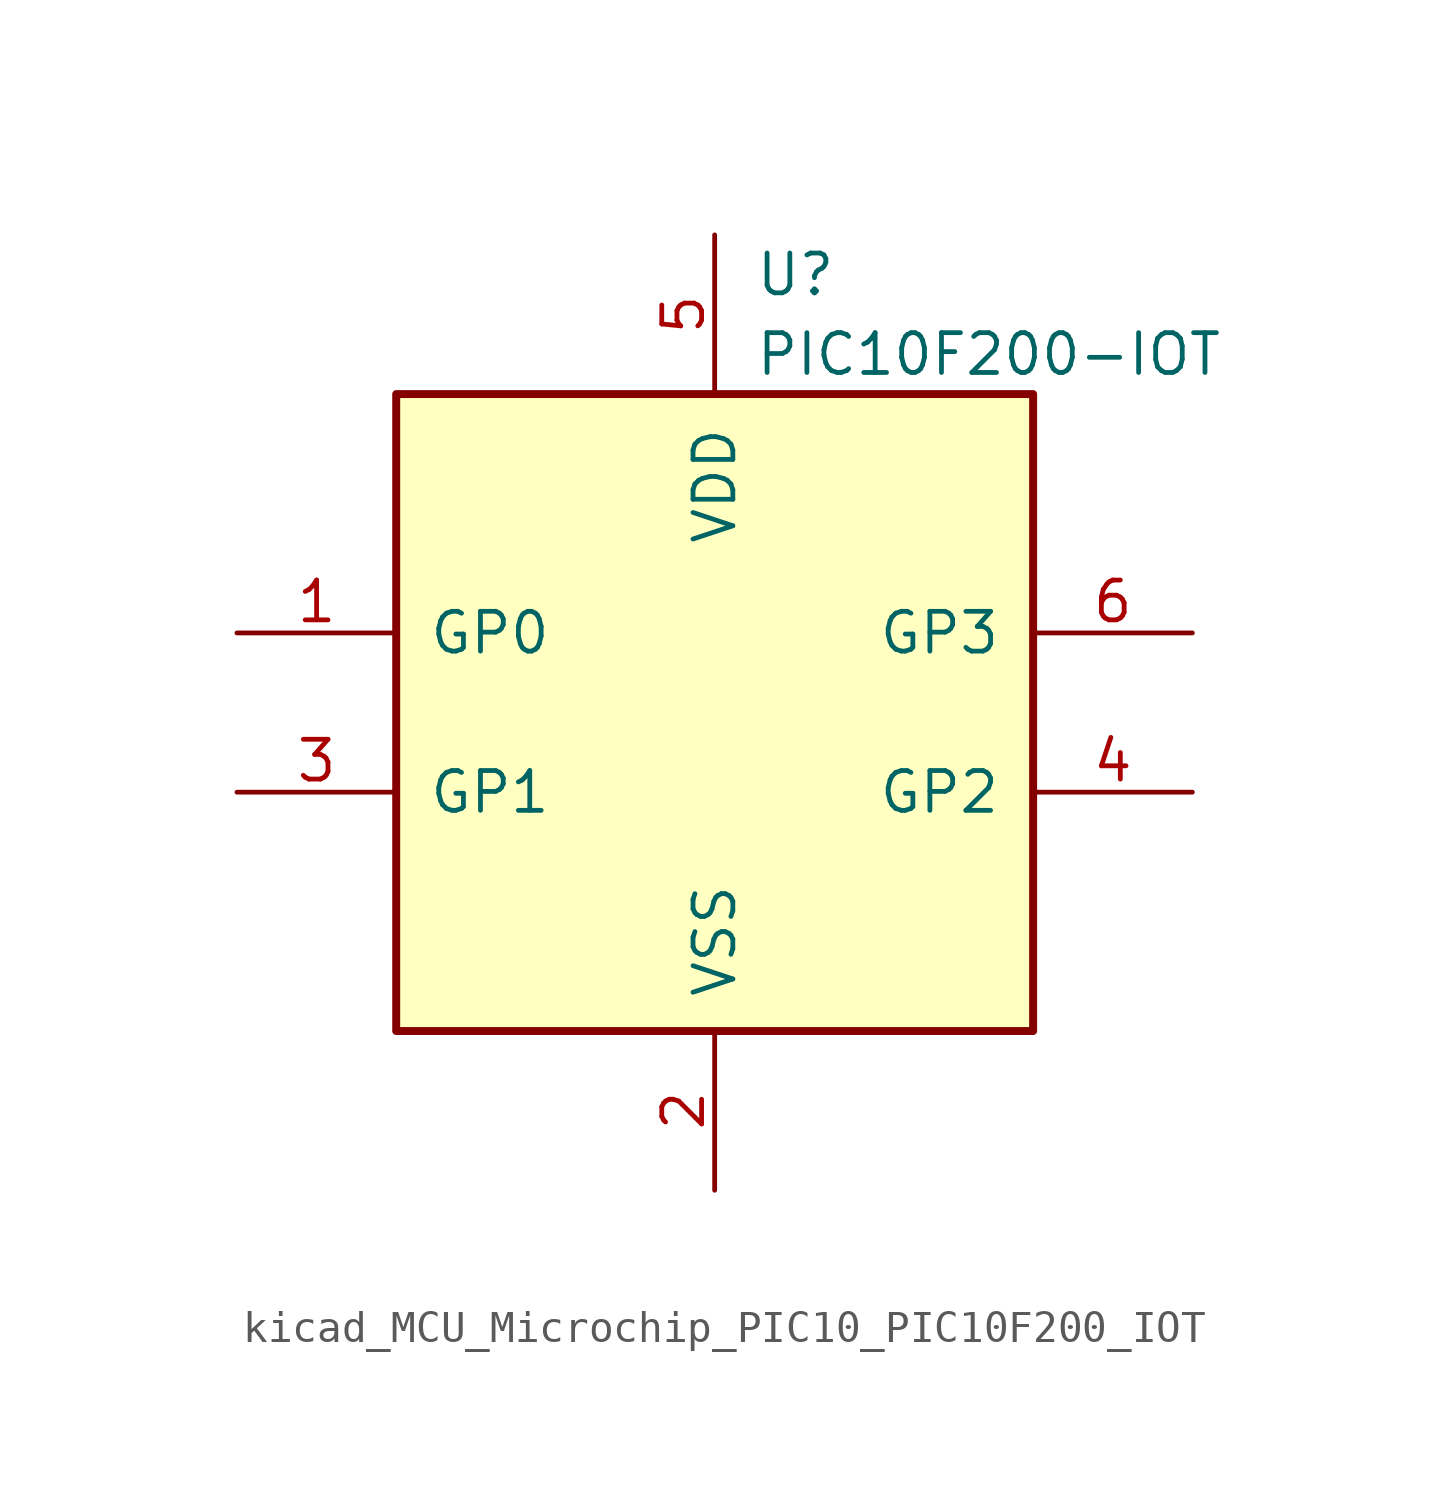
<source format=kicad_sym>
(kicad_symbol_lib
  (version 20220914)
  (generator kicad_symbol_editor)
  (symbol "kicad_MCU_Microchip_PIC10_PIC10F200_IOT"
    (pin_names
      (offset 1.016))
    (property "Reference" "U"
      (at 1.27 13.97 0)
      (effects (font (size 1.27 1.27)) (justify left)))
    (property "Value" "PIC10F200-IOT"
      (at 1.27 11.43 0)
      (effects (font (size 1.27 1.27)) (justify left)))
    (symbol "kicad_MCU_Microchip_PIC10_PIC10F200_IOT_0_1"
      (rectangle (start -10.16 10.16) (end 10.16 -10.16) (stroke (width 0.254) (type default)) (fill (type background))))
    (symbol "kicad_MCU_Microchip_PIC10_PIC10F200_IOT_1_1"
      (pin bidirectional line (at -15.24 2.54 0) (length 5.08) (name "GP0" (effects (font (size 1.27 1.27)))) (number "1" (effects (font (size 1.27 1.27)))))
      (pin power_in line (at 0 -15.24 90) (length 5.08) (name "VSS" (effects (font (size 1.27 1.27)))) (number "2" (effects (font (size 1.27 1.27)))))
      (pin bidirectional line (at -15.24 -2.54 0) (length 5.08) (name "GP1" (effects (font (size 1.27 1.27)))) (number "3" (effects (font (size 1.27 1.27)))))
      (pin bidirectional line (at 15.24 -2.54 180) (length 5.08) (name "GP2" (effects (font (size 1.27 1.27)))) (number "4" (effects (font (size 1.27 1.27)))))
      (pin power_in line (at 0 15.24 270) (length 5.08) (name "VDD" (effects (font (size 1.27 1.27)))) (number "5" (effects (font (size 1.27 1.27)))))
      (pin input line (at 15.24 2.54 180) (length 5.08) (name "GP3" (effects (font (size 1.27 1.27)))) (number "6" (effects (font (size 1.27 1.27))))))))
</source>
